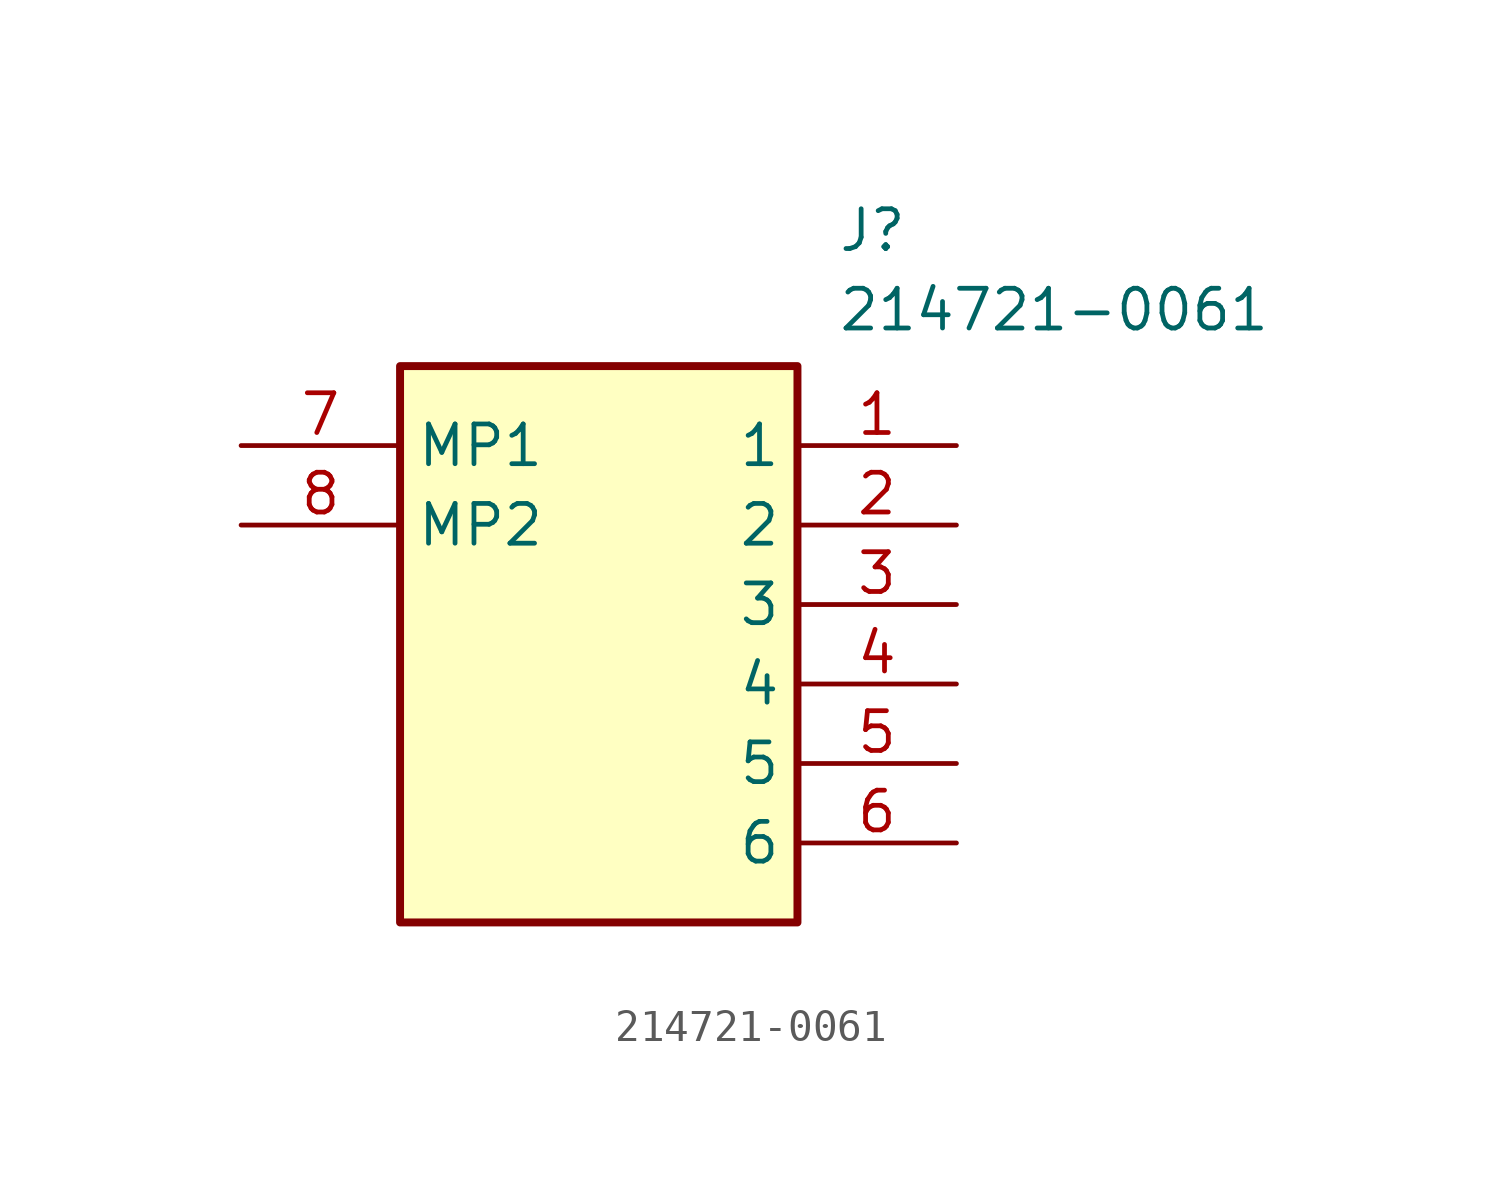
<source format=kicad_sym>
(kicad_symbol_lib
  (version 20211014)
  (generator SamacSys_ECAD_Model)
  (symbol "214721-0061"
    (property "Reference" "J"
      (at 19.05 7.62 0)
      (effects (font (size 1.27 1.27)) (justify left top)))
    (property "Value" "214721-0061"
      (at 19.05 5.08 0)
      (effects (font (size 1.27 1.27)) (justify left top)))
    (rectangle
      (start 5.08 2.54)
      (end 17.78 -15.24)
      (stroke (width 0.254) (type default))
      (fill (type background)))
    (pin passive line
      (at 22.86 0 180)
      (length 5.08)
      (name "1" (effects (font (size 1.27 1.27))))
      (number "1" (effects (font (size 1.27 1.27)))))
    (pin passive line
      (at 22.86 -2.54 180)
      (length 5.08)
      (name "2" (effects (font (size 1.27 1.27))))
      (number "2" (effects (font (size 1.27 1.27)))))
    (pin passive line
      (at 22.86 -5.08 180)
      (length 5.08)
      (name "3" (effects (font (size 1.27 1.27))))
      (number "3" (effects (font (size 1.27 1.27)))))
    (pin passive line
      (at 22.86 -7.62 180)
      (length 5.08)
      (name "4" (effects (font (size 1.27 1.27))))
      (number "4" (effects (font (size 1.27 1.27)))))
    (pin passive line
      (at 22.86 -10.16 180)
      (length 5.08)
      (name "5" (effects (font (size 1.27 1.27))))
      (number "5" (effects (font (size 1.27 1.27)))))
    (pin passive line
      (at 22.86 -12.7 180)
      (length 5.08)
      (name "6" (effects (font (size 1.27 1.27))))
      (number "6" (effects (font (size 1.27 1.27)))))
    (pin passive line
      (at 0 0 0)
      (length 5.08)
      (name "MP1" (effects (font (size 1.27 1.27))))
      (number "7" (effects (font (size 1.27 1.27)))))
    (pin passive line
      (at 0 -2.54 0)
      (length 5.08)
      (name "MP2" (effects (font (size 1.27 1.27))))
      (number "8" (effects (font (size 1.27 1.27)))))))
</source>
